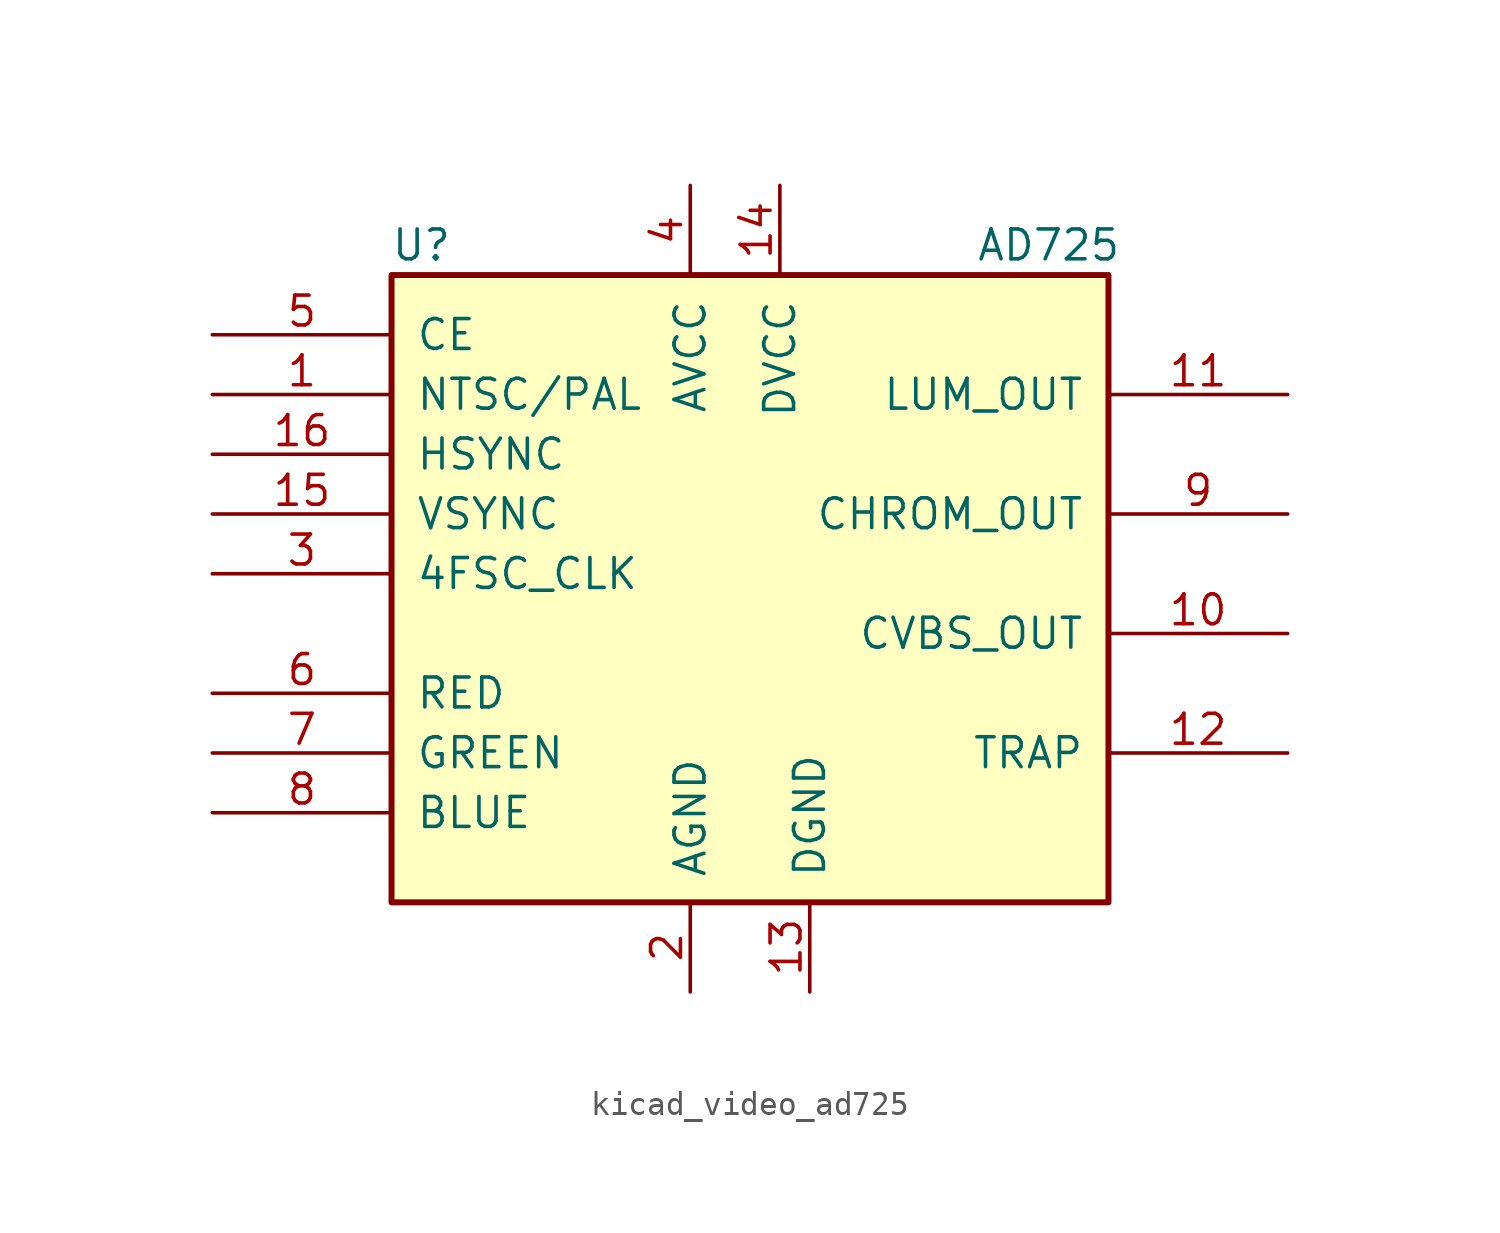
<source format=kicad_sym>
(kicad_symbol_lib
  (version 20220914)
  (generator kicad_symbol_editor)
  (symbol "kicad_video_ad725"
    (pin_names
      (offset 1.016))
    (property "Reference" "U"
      (at -13.97 13.97 0)
      (effects (font (size 1.27 1.27))))
    (property "Value" "AD725"
      (at 12.7 13.97 0)
      (effects (font (size 1.27 1.27))))
    (symbol "kicad_video_ad725_0_1"
      (rectangle (start -15.24 12.7) (end 15.24 -13.97) (stroke (width 0.254) (type default)) (fill (type background))))
    (symbol "kicad_video_ad725_1_1"
      (pin input line (at -22.86 7.62 0) (length 7.62) (name "NTSC/PAL" (effects (font (size 1.27 1.27)))) (number "1" (effects (font (size 1.27 1.27)))))
      (pin output line (at 22.86 -2.54 180) (length 7.62) (name "CVBS_OUT" (effects (font (size 1.27 1.27)))) (number "10" (effects (font (size 1.27 1.27)))))
      (pin output line (at 22.86 7.62 180) (length 7.62) (name "LUM_OUT" (effects (font (size 1.27 1.27)))) (number "11" (effects (font (size 1.27 1.27)))))
      (pin input line (at 22.86 -7.62 180) (length 7.62) (name "TRAP" (effects (font (size 1.27 1.27)))) (number "12" (effects (font (size 1.27 1.27)))))
      (pin power_in line (at 2.54 -17.78 90) (length 3.81) (name "DGND" (effects (font (size 1.27 1.27)))) (number "13" (effects (font (size 1.27 1.27)))))
      (pin power_in line (at 1.27 16.51 270) (length 3.81) (name "DVCC" (effects (font (size 1.27 1.27)))) (number "14" (effects (font (size 1.27 1.27)))))
      (pin input line (at -22.86 2.54 0) (length 7.62) (name "VSYNC" (effects (font (size 1.27 1.27)))) (number "15" (effects (font (size 1.27 1.27)))))
      (pin input line (at -22.86 5.08 0) (length 7.62) (name "HSYNC" (effects (font (size 1.27 1.27)))) (number "16" (effects (font (size 1.27 1.27)))))
      (pin power_in line (at -2.54 -17.78 90) (length 3.81) (name "AGND" (effects (font (size 1.27 1.27)))) (number "2" (effects (font (size 1.27 1.27)))))
      (pin input line (at -22.86 0 0) (length 7.62) (name "4FSC_CLK" (effects (font (size 1.27 1.27)))) (number "3" (effects (font (size 1.27 1.27)))))
      (pin power_in line (at -2.54 16.51 270) (length 3.81) (name "AVCC" (effects (font (size 1.27 1.27)))) (number "4" (effects (font (size 1.27 1.27)))))
      (pin power_in line (at -22.86 10.16 0) (length 7.62) (name "CE" (effects (font (size 1.27 1.27)))) (number "5" (effects (font (size 1.27 1.27)))))
      (pin input line (at -22.86 -5.08 0) (length 7.62) (name "RED" (effects (font (size 1.27 1.27)))) (number "6" (effects (font (size 1.27 1.27)))))
      (pin input line (at -22.86 -7.62 0) (length 7.62) (name "GREEN" (effects (font (size 1.27 1.27)))) (number "7" (effects (font (size 1.27 1.27)))))
      (pin input line (at -22.86 -10.16 0) (length 7.62) (name "BLUE" (effects (font (size 1.27 1.27)))) (number "8" (effects (font (size 1.27 1.27)))))
      (pin output line (at 22.86 2.54 180) (length 7.62) (name "CHROM_OUT" (effects (font (size 1.27 1.27)))) (number "9" (effects (font (size 1.27 1.27))))))))
</source>
